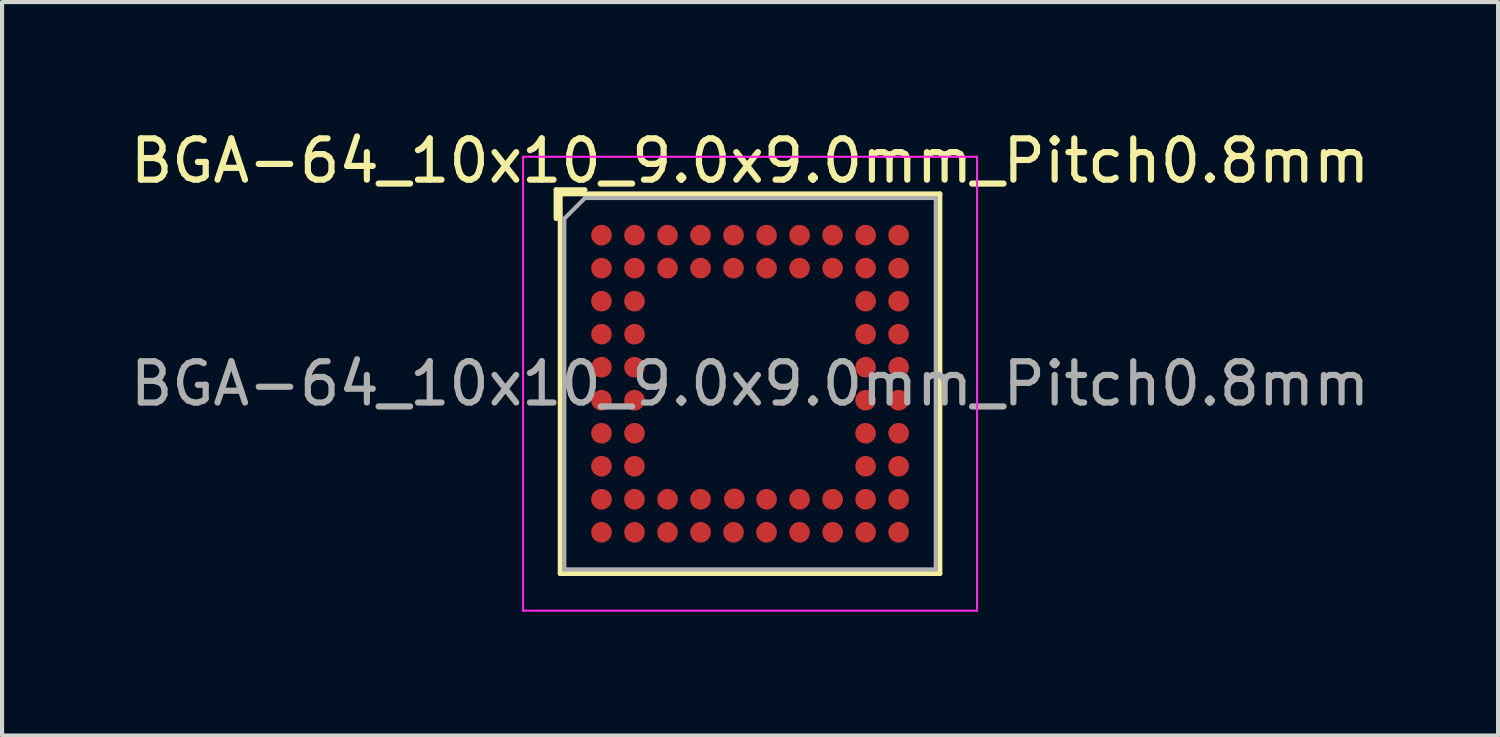
<source format=kicad_pcb>
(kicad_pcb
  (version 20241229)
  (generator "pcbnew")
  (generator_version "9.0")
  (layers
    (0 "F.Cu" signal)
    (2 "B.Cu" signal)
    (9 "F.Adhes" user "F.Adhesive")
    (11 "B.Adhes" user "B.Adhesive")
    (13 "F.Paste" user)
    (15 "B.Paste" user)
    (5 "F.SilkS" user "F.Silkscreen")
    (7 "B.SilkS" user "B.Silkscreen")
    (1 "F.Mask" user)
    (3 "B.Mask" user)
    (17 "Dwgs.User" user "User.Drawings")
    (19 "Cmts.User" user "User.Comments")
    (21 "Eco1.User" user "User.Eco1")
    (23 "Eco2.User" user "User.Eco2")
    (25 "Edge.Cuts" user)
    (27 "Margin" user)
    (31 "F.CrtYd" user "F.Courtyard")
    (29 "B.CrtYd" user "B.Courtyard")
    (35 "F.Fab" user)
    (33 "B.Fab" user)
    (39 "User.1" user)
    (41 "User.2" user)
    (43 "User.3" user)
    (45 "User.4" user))
  (footprint "BGA-64_10x10_9.0x9.0mm_Pitch0.8mm"
    (layer "F.Cu")
    (at 15.125 6.248)
    (property "Reference" "BGA-64_10x10_9.0x9.0mm_Pitch0.8mm" (at 0 -5.4 0) (layer "F.SilkS") (effects (font (size 1 1) (thickness 0.15))))
    (attr smd)
    (fp_line (start -4.7 -4.7) (end -4 -4.7) (stroke (width 0.12) (type solid)) (layer "F.SilkS"))
    (fp_line (start -4.7 -4) (end -4.7 -4.7) (stroke (width 0.12) (type solid)) (layer "F.SilkS"))
    (fp_line (start -4.6 -4.6) (end -4.6 4.6) (stroke (width 0.12) (type solid)) (layer "F.SilkS"))
    (fp_line (start -4.6 4.6) (end 4.6 4.6) (stroke (width 0.12) (type solid)) (layer "F.SilkS"))
    (fp_line (start 4.6 -4.6) (end -4.6 -4.6) (stroke (width 0.12) (type solid)) (layer "F.SilkS"))
    (fp_line (start 4.6 4.6) (end 4.6 -4.6) (stroke (width 0.12) (type solid)) (layer "F.SilkS"))
    (fp_line (start -5.5 -5.5) (end -5.5 5.5) (stroke (width 0.05) (type solid)) (layer "F.CrtYd"))
    (fp_line (start -5.5 -5.5) (end 5.5 -5.5) (stroke (width 0.05) (type solid)) (layer "F.CrtYd"))
    (fp_line (start 5.5 5.5) (end -5.5 5.5) (stroke (width 0.05) (type solid)) (layer "F.CrtYd"))
    (fp_line (start 5.5 5.5) (end 5.5 -5.5) (stroke (width 0.05) (type solid)) (layer "F.CrtYd"))
    (fp_line (start -4.5 -4) (end -4.5 4.5) (stroke (width 0.1) (type solid)) (layer "F.Fab"))
    (fp_line (start -4.5 4.5) (end 4.5 4.5) (stroke (width 0.1) (type solid)) (layer "F.Fab"))
    (fp_line (start -4 -4.5) (end -4.5 -4) (stroke (width 0.1) (type solid)) (layer "F.Fab"))
    (fp_line (start 4.5 -4.5) (end -4 -4.5) (stroke (width 0.1) (type solid)) (layer "F.Fab"))
    (fp_line (start 4.5 4.5) (end 4.5 -4.5) (stroke (width 0.1) (type solid)) (layer "F.Fab"))
    (fp_text user "${REFERENCE}" (at 0 0 0) (layer "F.Fab") (effects (font (size 1 1) (thickness 0.15))))
    (pad "A1" smd circle (at -3.6 -3.6) (size 0.5 0.5) (layers "F.Cu" "F.Mask" "F.Paste"))
    (pad "A2" smd circle (at -2.8 -3.6) (size 0.5 0.5) (layers "F.Cu" "F.Mask" "F.Paste"))
    (pad "A3" smd circle (at -2 -3.6) (size 0.5 0.5) (layers "F.Cu" "F.Mask" "F.Paste"))
    (pad "A4" smd circle (at -1.2 -3.6) (size 0.5 0.5) (layers "F.Cu" "F.Mask" "F.Paste"))
    (pad "A5" smd circle (at -0.4 -3.6) (size 0.5 0.5) (layers "F.Cu" "F.Mask" "F.Paste"))
    (pad "A6" smd circle (at 0.4 -3.6) (size 0.5 0.5) (layers "F.Cu" "F.Mask" "F.Paste"))
    (pad "A7" smd circle (at 1.2 -3.6) (size 0.5 0.5) (layers "F.Cu" "F.Mask" "F.Paste"))
    (pad "A8" smd circle (at 2 -3.6) (size 0.5 0.5) (layers "F.Cu" "F.Mask" "F.Paste"))
    (pad "A9" smd circle (at 2.8 -3.6) (size 0.5 0.5) (layers "F.Cu" "F.Mask" "F.Paste"))
    (pad "A10" smd circle (at 3.6 -3.6) (size 0.5 0.5) (layers "F.Cu" "F.Mask" "F.Paste"))
    (pad "B1" smd circle (at -3.6 -2.8) (size 0.5 0.5) (layers "F.Cu" "F.Mask" "F.Paste"))
    (pad "B2" smd circle (at -2.8 -2.8) (size 0.5 0.5) (layers "F.Cu" "F.Mask" "F.Paste"))
    (pad "B3" smd circle (at -2 -2.8) (size 0.5 0.5) (layers "F.Cu" "F.Mask" "F.Paste"))
    (pad "B4" smd circle (at -1.2 -2.8) (size 0.5 0.5) (layers "F.Cu" "F.Mask" "F.Paste"))
    (pad "B5" smd circle (at -0.4 -2.8) (size 0.5 0.5) (layers "F.Cu" "F.Mask" "F.Paste"))
    (pad "B6" smd circle (at 0.4 -2.8) (size 0.5 0.5) (layers "F.Cu" "F.Mask" "F.Paste"))
    (pad "B7" smd circle (at 1.2 -2.8) (size 0.5 0.5) (layers "F.Cu" "F.Mask" "F.Paste"))
    (pad "B8" smd circle (at 2 -2.8) (size 0.5 0.5) (layers "F.Cu" "F.Mask" "F.Paste"))
    (pad "B9" smd circle (at 2.8 -2.8) (size 0.5 0.5) (layers "F.Cu" "F.Mask" "F.Paste"))
    (pad "B10" smd circle (at 3.6 -2.8) (size 0.5 0.5) (layers "F.Cu" "F.Mask" "F.Paste"))
    (pad "C1" smd circle (at -3.6 -2) (size 0.5 0.5) (layers "F.Cu" "F.Mask" "F.Paste"))
    (pad "C2" smd circle (at -2.8 -2) (size 0.5 0.5) (layers "F.Cu" "F.Mask" "F.Paste"))
    (pad "C9" smd circle (at 2.8 -2) (size 0.5 0.5) (layers "F.Cu" "F.Mask" "F.Paste"))
    (pad "C10" smd circle (at 3.6 -2) (size 0.5 0.5) (layers "F.Cu" "F.Mask" "F.Paste"))
    (pad "D1" smd circle (at -3.6 -1.2) (size 0.5 0.5) (layers "F.Cu" "F.Mask" "F.Paste"))
    (pad "D2" smd circle (at -2.8 -1.2) (size 0.5 0.5) (layers "F.Cu" "F.Mask" "F.Paste"))
    (pad "D9" smd circle (at 2.8 -1.2) (size 0.5 0.5) (layers "F.Cu" "F.Mask" "F.Paste"))
    (pad "D10" smd circle (at 3.6 -1.2) (size 0.5 0.5) (layers "F.Cu" "F.Mask" "F.Paste"))
    (pad "E1" smd circle (at -3.6 -0.4) (size 0.5 0.5) (layers "F.Cu" "F.Mask" "F.Paste"))
    (pad "E2" smd circle (at -2.8 -0.4) (size 0.5 0.5) (layers "F.Cu" "F.Mask" "F.Paste"))
    (pad "E9" smd circle (at 2.8 -0.4) (size 0.5 0.5) (layers "F.Cu" "F.Mask" "F.Paste"))
    (pad "E10" smd circle (at 3.6 -0.4) (size 0.5 0.5) (layers "F.Cu" "F.Mask" "F.Paste"))
    (pad "F1" smd circle (at -3.6 0.4) (size 0.5 0.5) (layers "F.Cu" "F.Mask" "F.Paste"))
    (pad "F2" smd circle (at -2.8 0.4) (size 0.5 0.5) (layers "F.Cu" "F.Mask" "F.Paste"))
    (pad "F9" smd circle (at 2.8 0.4) (size 0.5 0.5) (layers "F.Cu" "F.Mask" "F.Paste"))
    (pad "F10" smd circle (at 3.6 0.4) (size 0.5 0.5) (layers "F.Cu" "F.Mask" "F.Paste"))
    (pad "G1" smd circle (at -3.6 1.2) (size 0.5 0.5) (layers "F.Cu" "F.Mask" "F.Paste"))
    (pad "G2" smd circle (at -2.8 1.2) (size 0.5 0.5) (layers "F.Cu" "F.Mask" "F.Paste"))
    (pad "G9" smd circle (at 2.8 1.2) (size 0.5 0.5) (layers "F.Cu" "F.Mask" "F.Paste"))
    (pad "G10" smd circle (at 3.6 1.2) (size 0.5 0.5) (layers "F.Cu" "F.Mask" "F.Paste"))
    (pad "H1" smd circle (at -3.6 2) (size 0.5 0.5) (layers "F.Cu" "F.Mask" "F.Paste"))
    (pad "H2" smd circle (at -2.8 2) (size 0.5 0.5) (layers "F.Cu" "F.Mask" "F.Paste"))
    (pad "H9" smd circle (at 2.8 2) (size 0.5 0.5) (layers "F.Cu" "F.Mask" "F.Paste"))
    (pad "H10" smd circle (at 3.6 2) (size 0.5 0.5) (layers "F.Cu" "F.Mask" "F.Paste"))
    (pad "J1" smd circle (at -3.6 2.8) (size 0.5 0.5) (layers "F.Cu" "F.Mask" "F.Paste"))
    (pad "J2" smd circle (at -2.8 2.8) (size 0.5 0.5) (layers "F.Cu" "F.Mask" "F.Paste"))
    (pad "J3" smd circle (at -2 2.8) (size 0.5 0.5) (layers "F.Cu" "F.Mask" "F.Paste"))
    (pad "J4" smd circle (at -1.2 2.8) (size 0.5 0.5) (layers "F.Cu" "F.Mask" "F.Paste"))
    (pad "J5" smd circle (at -0.38 2.79) (size 0.5 0.5) (layers "F.Cu" "F.Mask" "F.Paste"))
    (pad "J6" smd circle (at 0.4 2.8) (size 0.5 0.5) (layers "F.Cu" "F.Mask" "F.Paste"))
    (pad "J7" smd circle (at 1.2 2.8) (size 0.5 0.5) (layers "F.Cu" "F.Mask" "F.Paste"))
    (pad "J8" smd circle (at 2 2.8) (size 0.5 0.5) (layers "F.Cu" "F.Mask" "F.Paste"))
    (pad "J9" smd circle (at 2.8 2.8) (size 0.5 0.5) (layers "F.Cu" "F.Mask" "F.Paste"))
    (pad "J10" smd circle (at 3.6 2.8) (size 0.5 0.5) (layers "F.Cu" "F.Mask" "F.Paste"))
    (pad "K1" smd circle (at -3.6 3.6) (size 0.5 0.5) (layers "F.Cu" "F.Mask" "F.Paste"))
    (pad "K2" smd circle (at -2.8 3.6) (size 0.5 0.5) (layers "F.Cu" "F.Mask" "F.Paste"))
    (pad "K3" smd circle (at -2 3.6) (size 0.5 0.5) (layers "F.Cu" "F.Mask" "F.Paste"))
    (pad "K4" smd circle (at -1.2 3.6) (size 0.5 0.5) (layers "F.Cu" "F.Mask" "F.Paste"))
    (pad "K5" smd circle (at -0.4 3.6) (size 0.5 0.5) (layers "F.Cu" "F.Mask" "F.Paste"))
    (pad "K6" smd circle (at 0.4 3.6) (size 0.5 0.5) (layers "F.Cu" "F.Mask" "F.Paste"))
    (pad "K7" smd circle (at 1.2 3.6) (size 0.5 0.5) (layers "F.Cu" "F.Mask" "F.Paste"))
    (pad "K8" smd circle (at 2 3.6) (size 0.5 0.5) (layers "F.Cu" "F.Mask" "F.Paste"))
    (pad "K9" smd circle (at 2.8 3.6) (size 0.5 0.5) (layers "F.Cu" "F.Mask" "F.Paste"))
    (pad "K10" smd circle (at 3.6 3.6) (size 0.5 0.5) (layers "F.Cu" "F.Mask" "F.Paste")))
  (gr_rect
    (start -3 -3)
    (end 33.25 14.773)
    (stroke (width 0.1) (type default))
    (fill no)
    (layer "Edge.Cuts")))
</source>
